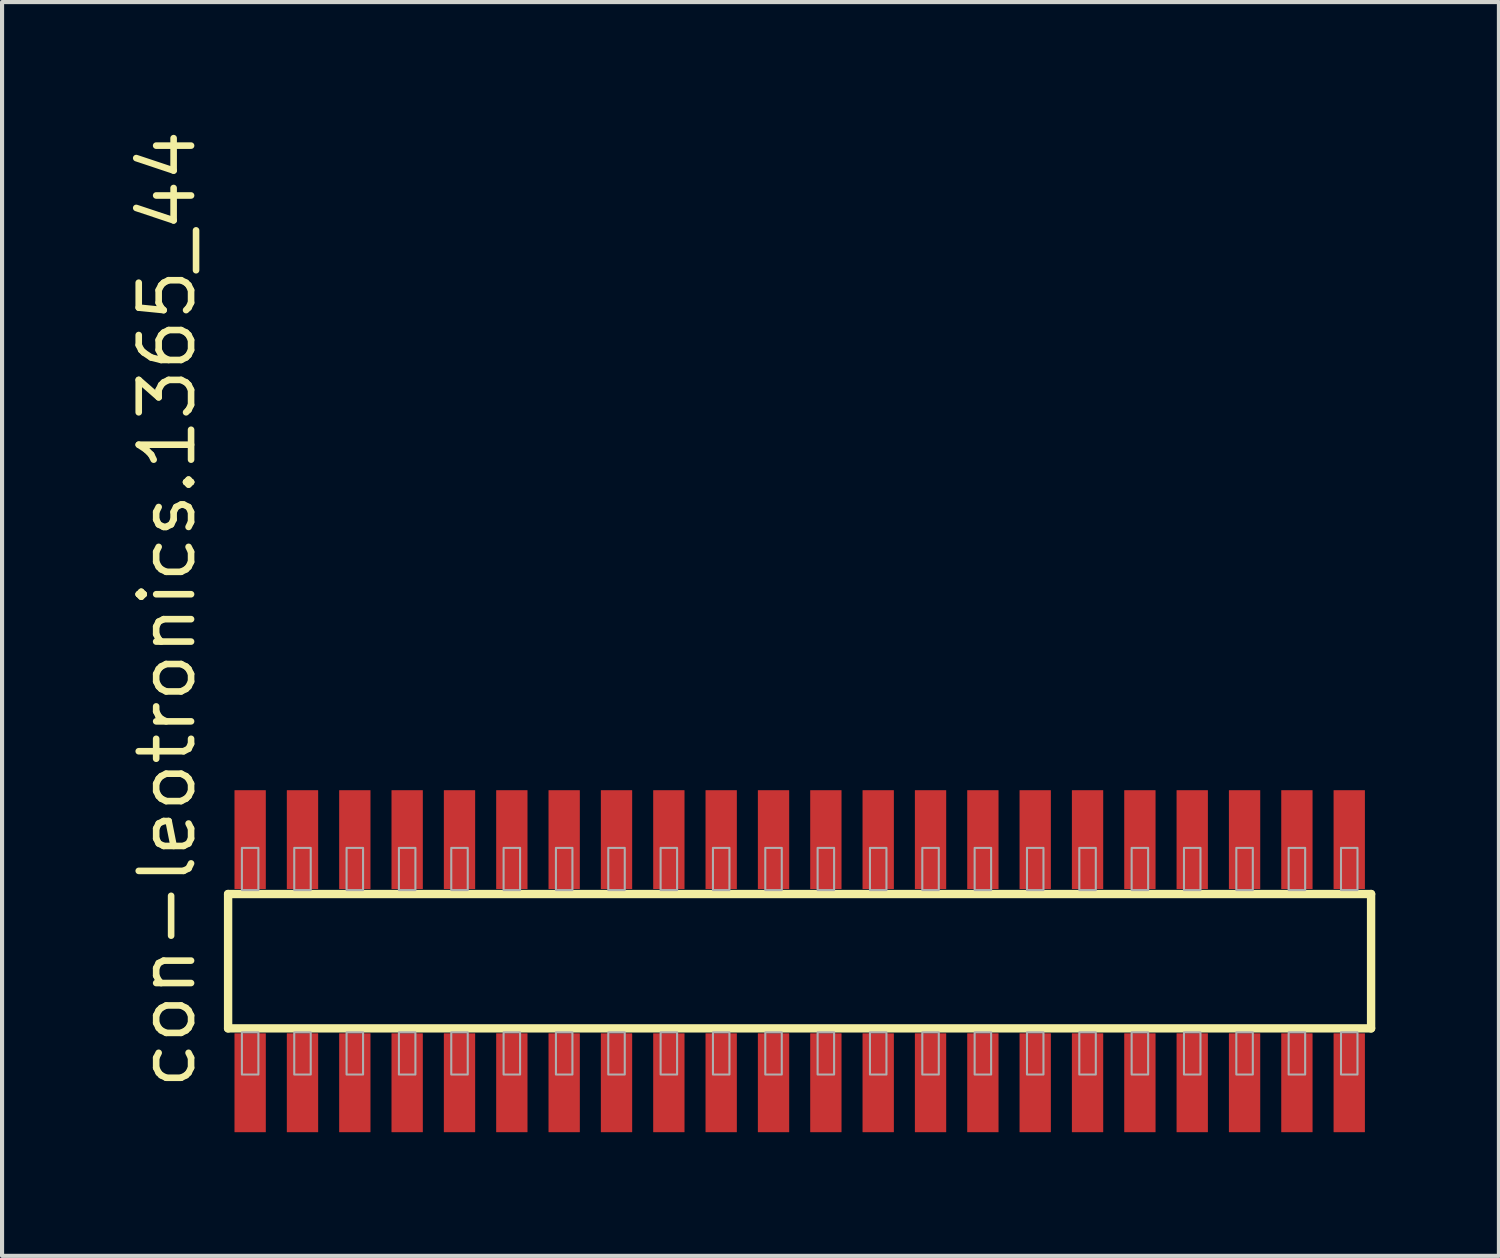
<source format=kicad_pcb>
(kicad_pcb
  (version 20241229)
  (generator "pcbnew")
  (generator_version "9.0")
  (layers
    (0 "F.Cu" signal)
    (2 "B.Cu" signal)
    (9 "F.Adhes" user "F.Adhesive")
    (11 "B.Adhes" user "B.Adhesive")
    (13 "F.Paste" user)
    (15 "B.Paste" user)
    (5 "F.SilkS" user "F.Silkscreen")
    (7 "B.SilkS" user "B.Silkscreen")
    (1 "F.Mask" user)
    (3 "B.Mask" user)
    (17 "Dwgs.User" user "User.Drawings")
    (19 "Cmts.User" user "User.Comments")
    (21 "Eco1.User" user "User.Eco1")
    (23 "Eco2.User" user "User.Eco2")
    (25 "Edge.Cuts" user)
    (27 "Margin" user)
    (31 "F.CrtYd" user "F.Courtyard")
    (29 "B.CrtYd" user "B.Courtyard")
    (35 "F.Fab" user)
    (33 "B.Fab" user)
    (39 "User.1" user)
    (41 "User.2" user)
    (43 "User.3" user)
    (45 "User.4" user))
  (footprint "con-leotronics.1365_44"
    (layer "F.Cu")
    (at 16.355 20.274)
    (property "Reference" "con-leotronics.1365_44" (at -14.605 3.175 90) (layer "F.SilkS") (effects (font (size 1.27 1.27) (thickness 0.16)) (justify left bottom)))
    (attr smd)
    (fp_line (start -13.87 -1.63) (end 13.865 -1.63) (stroke (width 0.203) (type default)) (layer "F.SilkS"))
    (fp_line (start -13.87 1.63) (end -13.87 -1.63) (stroke (width 0.203) (type default)) (layer "F.SilkS"))
    (fp_line (start 13.865 -1.63) (end 13.865 1.63) (stroke (width 0.203) (type default)) (layer "F.SilkS"))
    (fp_line (start 13.865 1.63) (end -13.87 1.63) (stroke (width 0.203) (type default)) (layer "F.SilkS"))
    (fp_rect (start -13.535 -1.725) (end -13.135 -2.75) (stroke (width 0.05) (type default)) (fill no) (layer "F.Fab"))
    (fp_rect (start -13.535 2.75) (end -13.135 1.725) (stroke (width 0.05) (type default)) (fill no) (layer "F.Fab"))
    (fp_rect (start -12.265 -1.725) (end -11.865 -2.75) (stroke (width 0.05) (type default)) (fill no) (layer "F.Fab"))
    (fp_rect (start -12.265 2.75) (end -11.865 1.725) (stroke (width 0.05) (type default)) (fill no) (layer "F.Fab"))
    (fp_rect (start -10.995 -1.725) (end -10.595 -2.75) (stroke (width 0.05) (type default)) (fill no) (layer "F.Fab"))
    (fp_rect (start -10.995 2.75) (end -10.595 1.725) (stroke (width 0.05) (type default)) (fill no) (layer "F.Fab"))
    (fp_rect (start -9.725 -1.725) (end -9.325 -2.75) (stroke (width 0.05) (type default)) (fill no) (layer "F.Fab"))
    (fp_rect (start -9.725 2.75) (end -9.325 1.725) (stroke (width 0.05) (type default)) (fill no) (layer "F.Fab"))
    (fp_rect (start -8.455 -1.725) (end -8.055 -2.75) (stroke (width 0.05) (type default)) (fill no) (layer "F.Fab"))
    (fp_rect (start -8.455 2.75) (end -8.055 1.725) (stroke (width 0.05) (type default)) (fill no) (layer "F.Fab"))
    (fp_rect (start -7.185 -1.725) (end -6.785 -2.75) (stroke (width 0.05) (type default)) (fill no) (layer "F.Fab"))
    (fp_rect (start -7.185 2.75) (end -6.785 1.725) (stroke (width 0.05) (type default)) (fill no) (layer "F.Fab"))
    (fp_rect (start -5.915 -1.725) (end -5.515 -2.75) (stroke (width 0.05) (type default)) (fill no) (layer "F.Fab"))
    (fp_rect (start -5.915 2.75) (end -5.515 1.725) (stroke (width 0.05) (type default)) (fill no) (layer "F.Fab"))
    (fp_rect (start -4.645 -1.725) (end -4.245 -2.75) (stroke (width 0.05) (type default)) (fill no) (layer "F.Fab"))
    (fp_rect (start -4.645 2.75) (end -4.245 1.725) (stroke (width 0.05) (type default)) (fill no) (layer "F.Fab"))
    (fp_rect (start -3.375 -1.725) (end -2.975 -2.75) (stroke (width 0.05) (type default)) (fill no) (layer "F.Fab"))
    (fp_rect (start -3.375 2.75) (end -2.975 1.725) (stroke (width 0.05) (type default)) (fill no) (layer "F.Fab"))
    (fp_rect (start -2.105 -1.725) (end -1.705 -2.75) (stroke (width 0.05) (type default)) (fill no) (layer "F.Fab"))
    (fp_rect (start -2.105 2.75) (end -1.705 1.725) (stroke (width 0.05) (type default)) (fill no) (layer "F.Fab"))
    (fp_rect (start -0.835 -1.725) (end -0.435 -2.75) (stroke (width 0.05) (type default)) (fill no) (layer "F.Fab"))
    (fp_rect (start -0.835 2.75) (end -0.435 1.725) (stroke (width 0.05) (type default)) (fill no) (layer "F.Fab"))
    (fp_rect (start 0.435 -1.725) (end 0.835 -2.75) (stroke (width 0.05) (type default)) (fill no) (layer "F.Fab"))
    (fp_rect (start 0.435 2.75) (end 0.835 1.725) (stroke (width 0.05) (type default)) (fill no) (layer "F.Fab"))
    (fp_rect (start 1.705 -1.725) (end 2.105 -2.75) (stroke (width 0.05) (type default)) (fill no) (layer "F.Fab"))
    (fp_rect (start 1.705 2.75) (end 2.105 1.725) (stroke (width 0.05) (type default)) (fill no) (layer "F.Fab"))
    (fp_rect (start 2.975 -1.725) (end 3.375 -2.75) (stroke (width 0.05) (type default)) (fill no) (layer "F.Fab"))
    (fp_rect (start 2.975 2.75) (end 3.375 1.725) (stroke (width 0.05) (type default)) (fill no) (layer "F.Fab"))
    (fp_rect (start 4.245 -1.725) (end 4.645 -2.75) (stroke (width 0.05) (type default)) (fill no) (layer "F.Fab"))
    (fp_rect (start 4.245 2.75) (end 4.645 1.725) (stroke (width 0.05) (type default)) (fill no) (layer "F.Fab"))
    (fp_rect (start 5.515 -1.725) (end 5.915 -2.75) (stroke (width 0.05) (type default)) (fill no) (layer "F.Fab"))
    (fp_rect (start 5.515 2.75) (end 5.915 1.725) (stroke (width 0.05) (type default)) (fill no) (layer "F.Fab"))
    (fp_rect (start 6.785 -1.725) (end 7.185 -2.75) (stroke (width 0.05) (type default)) (fill no) (layer "F.Fab"))
    (fp_rect (start 6.785 2.75) (end 7.185 1.725) (stroke (width 0.05) (type default)) (fill no) (layer "F.Fab"))
    (fp_rect (start 8.055 -1.725) (end 8.455 -2.75) (stroke (width 0.05) (type default)) (fill no) (layer "F.Fab"))
    (fp_rect (start 8.055 2.75) (end 8.455 1.725) (stroke (width 0.05) (type default)) (fill no) (layer "F.Fab"))
    (fp_rect (start 9.325 -1.725) (end 9.725 -2.75) (stroke (width 0.05) (type default)) (fill no) (layer "F.Fab"))
    (fp_rect (start 9.325 2.75) (end 9.725 1.725) (stroke (width 0.05) (type default)) (fill no) (layer "F.Fab"))
    (fp_rect (start 10.595 -1.725) (end 10.995 -2.75) (stroke (width 0.05) (type default)) (fill no) (layer "F.Fab"))
    (fp_rect (start 10.595 2.75) (end 10.995 1.725) (stroke (width 0.05) (type default)) (fill no) (layer "F.Fab"))
    (fp_rect (start 11.865 -1.725) (end 12.265 -2.75) (stroke (width 0.05) (type default)) (fill no) (layer "F.Fab"))
    (fp_rect (start 11.865 2.75) (end 12.265 1.725) (stroke (width 0.05) (type default)) (fill no) (layer "F.Fab"))
    (fp_rect (start 13.135 -1.725) (end 13.535 -2.75) (stroke (width 0.05) (type default)) (fill no) (layer "F.Fab"))
    (fp_rect (start 13.135 2.75) (end 13.535 1.725) (stroke (width 0.05) (type default)) (fill no) (layer "F.Fab"))
    (pad "1" smd roundrect (at -13.335 2.95) (size 0.76 2.4) (layers "F.Cu" "F.Mask" "F.Paste") (roundrect_rratio 0.01))
    (pad "2" smd roundrect (at -13.335 -2.95) (size 0.76 2.4) (layers "F.Cu" "F.Mask" "F.Paste") (roundrect_rratio 0.01))
    (pad "3" smd roundrect (at -12.065 2.95) (size 0.76 2.4) (layers "F.Cu" "F.Mask" "F.Paste") (roundrect_rratio 0.01))
    (pad "4" smd roundrect (at -12.065 -2.95) (size 0.76 2.4) (layers "F.Cu" "F.Mask" "F.Paste") (roundrect_rratio 0.01))
    (pad "5" smd roundrect (at -10.795 2.95) (size 0.76 2.4) (layers "F.Cu" "F.Mask" "F.Paste") (roundrect_rratio 0.01))
    (pad "6" smd roundrect (at -10.795 -2.95) (size 0.76 2.4) (layers "F.Cu" "F.Mask" "F.Paste") (roundrect_rratio 0.01))
    (pad "7" smd roundrect (at -9.525 2.95) (size 0.76 2.4) (layers "F.Cu" "F.Mask" "F.Paste") (roundrect_rratio 0.01))
    (pad "8" smd roundrect (at -9.525 -2.95) (size 0.76 2.4) (layers "F.Cu" "F.Mask" "F.Paste") (roundrect_rratio 0.01))
    (pad "9" smd roundrect (at -8.255 2.95) (size 0.76 2.4) (layers "F.Cu" "F.Mask" "F.Paste") (roundrect_rratio 0.01))
    (pad "10" smd roundrect (at -8.255 -2.95) (size 0.76 2.4) (layers "F.Cu" "F.Mask" "F.Paste") (roundrect_rratio 0.01))
    (pad "11" smd roundrect (at -6.985 2.95) (size 0.76 2.4) (layers "F.Cu" "F.Mask" "F.Paste") (roundrect_rratio 0.01))
    (pad "12" smd roundrect (at -6.985 -2.95) (size 0.76 2.4) (layers "F.Cu" "F.Mask" "F.Paste") (roundrect_rratio 0.01))
    (pad "13" smd roundrect (at -5.715 2.95) (size 0.76 2.4) (layers "F.Cu" "F.Mask" "F.Paste") (roundrect_rratio 0.01))
    (pad "14" smd roundrect (at -5.715 -2.95) (size 0.76 2.4) (layers "F.Cu" "F.Mask" "F.Paste") (roundrect_rratio 0.01))
    (pad "15" smd roundrect (at -4.445 2.95) (size 0.76 2.4) (layers "F.Cu" "F.Mask" "F.Paste") (roundrect_rratio 0.01))
    (pad "16" smd roundrect (at -4.445 -2.95) (size 0.76 2.4) (layers "F.Cu" "F.Mask" "F.Paste") (roundrect_rratio 0.01))
    (pad "17" smd roundrect (at -3.175 2.95) (size 0.76 2.4) (layers "F.Cu" "F.Mask" "F.Paste") (roundrect_rratio 0.01))
    (pad "18" smd roundrect (at -3.175 -2.95) (size 0.76 2.4) (layers "F.Cu" "F.Mask" "F.Paste") (roundrect_rratio 0.01))
    (pad "19" smd roundrect (at -1.905 2.95) (size 0.76 2.4) (layers "F.Cu" "F.Mask" "F.Paste") (roundrect_rratio 0.01))
    (pad "20" smd roundrect (at -1.905 -2.95) (size 0.76 2.4) (layers "F.Cu" "F.Mask" "F.Paste") (roundrect_rratio 0.01))
    (pad "21" smd roundrect (at -0.635 2.95) (size 0.76 2.4) (layers "F.Cu" "F.Mask" "F.Paste") (roundrect_rratio 0.01))
    (pad "22" smd roundrect (at -0.635 -2.95) (size 0.76 2.4) (layers "F.Cu" "F.Mask" "F.Paste") (roundrect_rratio 0.01))
    (pad "23" smd roundrect (at 0.635 2.95) (size 0.76 2.4) (layers "F.Cu" "F.Mask" "F.Paste") (roundrect_rratio 0.01))
    (pad "24" smd roundrect (at 0.635 -2.95) (size 0.76 2.4) (layers "F.Cu" "F.Mask" "F.Paste") (roundrect_rratio 0.01))
    (pad "25" smd roundrect (at 1.905 2.95) (size 0.76 2.4) (layers "F.Cu" "F.Mask" "F.Paste") (roundrect_rratio 0.01))
    (pad "26" smd roundrect (at 1.905 -2.95) (size 0.76 2.4) (layers "F.Cu" "F.Mask" "F.Paste") (roundrect_rratio 0.01))
    (pad "27" smd roundrect (at 3.175 2.95) (size 0.76 2.4) (layers "F.Cu" "F.Mask" "F.Paste") (roundrect_rratio 0.01))
    (pad "28" smd roundrect (at 3.175 -2.95) (size 0.76 2.4) (layers "F.Cu" "F.Mask" "F.Paste") (roundrect_rratio 0.01))
    (pad "29" smd roundrect (at 4.445 2.95) (size 0.76 2.4) (layers "F.Cu" "F.Mask" "F.Paste") (roundrect_rratio 0.01))
    (pad "30" smd roundrect (at 4.445 -2.95) (size 0.76 2.4) (layers "F.Cu" "F.Mask" "F.Paste") (roundrect_rratio 0.01))
    (pad "31" smd roundrect (at 5.715 2.95) (size 0.76 2.4) (layers "F.Cu" "F.Mask" "F.Paste") (roundrect_rratio 0.01))
    (pad "32" smd roundrect (at 5.715 -2.95) (size 0.76 2.4) (layers "F.Cu" "F.Mask" "F.Paste") (roundrect_rratio 0.01))
    (pad "33" smd roundrect (at 6.985 2.95) (size 0.76 2.4) (layers "F.Cu" "F.Mask" "F.Paste") (roundrect_rratio 0.01))
    (pad "34" smd roundrect (at 6.985 -2.95) (size 0.76 2.4) (layers "F.Cu" "F.Mask" "F.Paste") (roundrect_rratio 0.01))
    (pad "35" smd roundrect (at 8.255 2.95) (size 0.76 2.4) (layers "F.Cu" "F.Mask" "F.Paste") (roundrect_rratio 0.01))
    (pad "36" smd roundrect (at 8.255 -2.95) (size 0.76 2.4) (layers "F.Cu" "F.Mask" "F.Paste") (roundrect_rratio 0.01))
    (pad "37" smd roundrect (at 9.525 2.95) (size 0.76 2.4) (layers "F.Cu" "F.Mask" "F.Paste") (roundrect_rratio 0.01))
    (pad "38" smd roundrect (at 9.525 -2.95) (size 0.76 2.4) (layers "F.Cu" "F.Mask" "F.Paste") (roundrect_rratio 0.01))
    (pad "39" smd roundrect (at 10.795 2.95) (size 0.76 2.4) (layers "F.Cu" "F.Mask" "F.Paste") (roundrect_rratio 0.01))
    (pad "40" smd roundrect (at 10.795 -2.95) (size 0.76 2.4) (layers "F.Cu" "F.Mask" "F.Paste") (roundrect_rratio 0.01))
    (pad "41" smd roundrect (at 12.065 2.95) (size 0.76 2.4) (layers "F.Cu" "F.Mask" "F.Paste") (roundrect_rratio 0.01))
    (pad "42" smd roundrect (at 12.065 -2.95) (size 0.76 2.4) (layers "F.Cu" "F.Mask" "F.Paste") (roundrect_rratio 0.01))
    (pad "43" smd roundrect (at 13.335 2.95) (size 0.76 2.4) (layers "F.Cu" "F.Mask" "F.Paste") (roundrect_rratio 0.01))
    (pad "44" smd roundrect (at 13.335 -2.95) (size 0.76 2.4) (layers "F.Cu" "F.Mask" "F.Paste") (roundrect_rratio 0.01)))
  (gr_rect
    (start -3 -3)
    (end 33.322 27.424)
    (stroke (width 0.1) (type default))
    (fill no)
    (layer "Edge.Cuts")))
</source>
